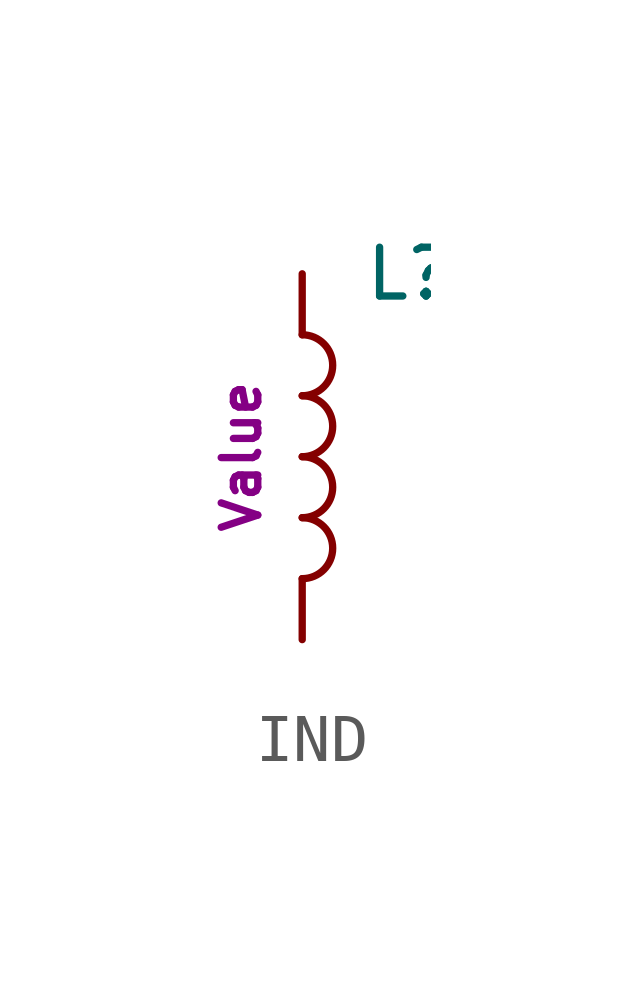
<source format=kicad_sym>
(kicad_symbol_lib
  (version 20211014)
  (generator kicad_symbol_editor)
  (symbol "IND"
    (pin_numbers hide)
    (pin_names
      (offset 1.016) hide)
    (property "Reference" "L"
      (at 1.27 3.81 0)
      (effects (font (size 1.016 1.016)) (justify left)))
    (property "Footprint" ""
      (at 0 0.635 0)
      (effects (font (size 1.524 1.524))))
    (property "Datasheet" ""
      (at 0 0.635 0)
      (effects (font (size 1.524 1.524))))
    (property "Unit" "Value"
      (at -1.27 0 90)
      (effects (font (size 0.762 0.762))))
    (symbol "IND_0_1"
      (arc (start 0 -2.54) (mid 0.635 -1.905) (end 0 -1.27) (stroke (width 0) (type default) (color 0 0 0 0)) (fill (type none)))
      (arc (start 0 -1.27) (mid 0.635 -0.635) (end 0 0) (stroke (width 0) (type default) (color 0 0 0 0)) (fill (type none)))
      (arc (start 0 0) (mid 0.635 0.635) (end 0 1.27) (stroke (width 0) (type default) (color 0 0 0 0)) (fill (type none)))
      (arc (start 0 1.27) (mid 0.635 1.905) (end 0 2.54) (stroke (width 0) (type default) (color 0 0 0 0)) (fill (type none))))
    (symbol "IND_1_1"
      (pin passive line (at 0 3.81 270) (length 1.27) (name "VI" (effects (font (size 0.635 0.635)))) (number "1" (effects (font (size 0.635 0.635)))))
      (pin passive line (at 0 -3.81 90) (length 1.27) (name "VO" (effects (font (size 0.635 0.635)))) (number "2" (effects (font (size 0.635 0.635))))))))
</source>
